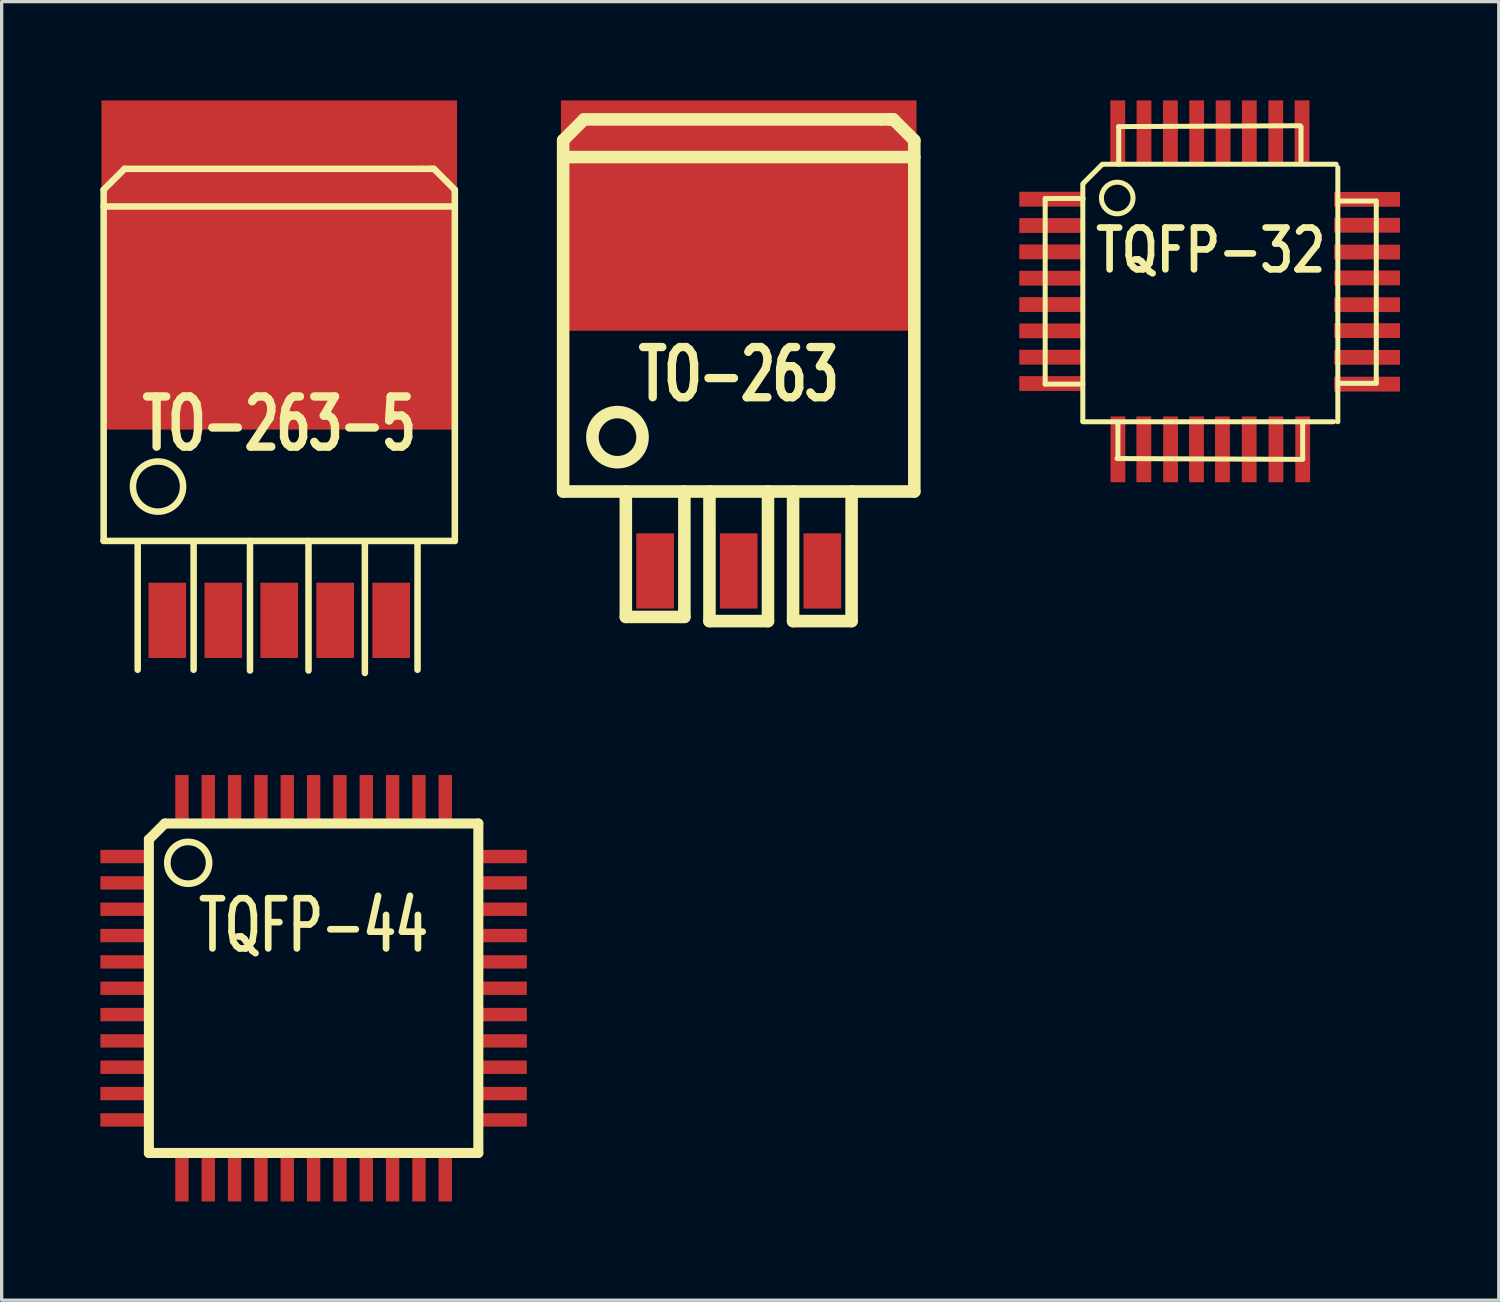
<source format=kicad_pcb>
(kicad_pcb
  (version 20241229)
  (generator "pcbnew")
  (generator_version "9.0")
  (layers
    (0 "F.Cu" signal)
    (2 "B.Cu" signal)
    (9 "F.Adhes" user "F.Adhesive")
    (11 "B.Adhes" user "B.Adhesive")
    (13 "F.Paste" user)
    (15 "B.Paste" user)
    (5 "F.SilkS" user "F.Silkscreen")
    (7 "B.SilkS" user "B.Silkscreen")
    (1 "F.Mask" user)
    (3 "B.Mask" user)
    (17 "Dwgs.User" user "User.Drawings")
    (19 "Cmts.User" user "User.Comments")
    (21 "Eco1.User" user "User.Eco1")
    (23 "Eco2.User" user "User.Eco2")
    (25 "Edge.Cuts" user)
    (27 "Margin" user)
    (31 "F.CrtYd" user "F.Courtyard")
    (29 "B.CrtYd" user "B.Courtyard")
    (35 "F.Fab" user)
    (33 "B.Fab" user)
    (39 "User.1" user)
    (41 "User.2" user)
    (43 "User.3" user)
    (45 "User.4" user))
  (footprint "TO-263-5"
    (layer "F.Cu")
    (at 5.433 15.795)
    (property "Reference" "TO-263-5" (at 0 -5.969 0) (layer "F.SilkS") (effects (font (size 1.524 1.016) (thickness 0.254))))
    (attr smd)
    (fp_line (start -5.334 -13.081) (end -4.699 -13.716) (stroke (width 0.198) (type solid)) (layer "F.SilkS"))
    (fp_line (start -5.334 -2.413) (end -5.334 -13.081) (stroke (width 0.198) (type solid)) (layer "F.SilkS"))
    (fp_line (start -5.334 -2.413) (end 5.334 -2.413) (stroke (width 0.198) (type solid)) (layer "F.SilkS"))
    (fp_line (start -4.699 -13.716) (end 4.318 -13.716) (stroke (width 0.198) (type solid)) (layer "F.SilkS"))
    (fp_line (start -4.3 -2.4) (end -4.3 1.501) (stroke (width 0.198) (type solid)) (layer "F.SilkS"))
    (fp_line (start -2.601 -2.4) (end -2.601 1.501) (stroke (width 0.198) (type solid)) (layer "F.SilkS"))
    (fp_line (start -0.889 -2.413) (end -0.889 1.524) (stroke (width 0.198) (type solid)) (layer "F.SilkS"))
    (fp_line (start 0.889 1.524) (end 0.889 -2.413) (stroke (width 0.198) (type solid)) (layer "F.SilkS"))
    (fp_line (start 2.601 -2.4) (end 2.601 1.6) (stroke (width 0.198) (type solid)) (layer "F.SilkS"))
    (fp_line (start 4.201 -2.4) (end 4.201 1.501) (stroke (width 0.198) (type solid)) (layer "F.SilkS"))
    (fp_line (start 4.318 -13.716) (end 4.572 -13.716) (stroke (width 0.198) (type solid)) (layer "F.SilkS"))
    (fp_line (start 4.572 -13.716) (end 4.699 -13.716) (stroke (width 0.198) (type solid)) (layer "F.SilkS"))
    (fp_line (start 4.699 -13.716) (end 5.334 -13.081) (stroke (width 0.198) (type solid)) (layer "F.SilkS"))
    (fp_line (start 5.334 -13.081) (end 5.334 -2.413) (stroke (width 0.198) (type solid)) (layer "F.SilkS"))
    (fp_line (start 5.334 -12.573) (end -5.334 -12.573) (stroke (width 0.198) (type solid)) (layer "F.SilkS"))
    (fp_circle (center -3.683 -4.064) (end -3.683 -3.302) (stroke (width 0.198) (type solid)) (fill no) (layer "F.SilkS"))
    (pad "1" smd rect (at -3.401 0) (size 1.143 2.286) (layers "F.Cu" "F.Mask" "F.Paste"))
    (pad "2" smd rect (at -1.699 0) (size 1.143 2.286) (layers "F.Cu" "F.Mask" "F.Paste"))
    (pad "3" smd rect (at 0 -10.795) (size 10.8 10) (layers "F.Cu" "F.Mask" "F.Paste"))
    (pad "3" smd rect (at 0 0) (size 1.143 2.286) (layers "F.Cu" "F.Mask" "F.Paste"))
    (pad "4" smd rect (at 1.699 0) (size 1.143 2.286) (layers "F.Cu" "F.Mask" "F.Paste"))
    (pad "5" smd rect (at 3.401 0) (size 1.143 2.286) (layers "F.Cu" "F.Mask" "F.Paste")))
  (footprint "TO-263"
    (layer "F.Cu")
    (at 19.391 14.294)
    (property "Reference" "TO-263" (at 0 -5.969 0) (layer "F.SilkS") (effects (font (size 1.524 1.016) (thickness 0.254))))
    (attr smd)
    (fp_line (start -5.334 -13.081) (end -4.699 -13.716) (stroke (width 0.381) (type solid)) (layer "F.SilkS"))
    (fp_line (start -5.334 -2.413) (end -5.334 -13.081) (stroke (width 0.381) (type solid)) (layer "F.SilkS"))
    (fp_line (start -5.334 -2.413) (end 5.334 -2.413) (stroke (width 0.381) (type solid)) (layer "F.SilkS"))
    (fp_line (start -4.699 -13.716) (end 4.318 -13.716) (stroke (width 0.381) (type solid)) (layer "F.SilkS"))
    (fp_line (start -3.429 -2.413) (end -3.429 1.397) (stroke (width 0.381) (type solid)) (layer "F.SilkS"))
    (fp_line (start -3.429 1.397) (end -1.778 1.397) (stroke (width 0.381) (type solid)) (layer "F.SilkS"))
    (fp_line (start -1.778 1.397) (end -1.651 1.397) (stroke (width 0.381) (type solid)) (layer "F.SilkS"))
    (fp_line (start -1.651 1.397) (end -1.651 -2.413) (stroke (width 0.381) (type solid)) (layer "F.SilkS"))
    (fp_line (start -0.889 -2.413) (end -0.889 1.524) (stroke (width 0.381) (type solid)) (layer "F.SilkS"))
    (fp_line (start -0.889 1.524) (end 0.889 1.524) (stroke (width 0.381) (type solid)) (layer "F.SilkS"))
    (fp_line (start 0.889 1.524) (end 0.889 -2.413) (stroke (width 0.381) (type solid)) (layer "F.SilkS"))
    (fp_line (start 1.651 -2.413) (end 1.651 1.524) (stroke (width 0.381) (type solid)) (layer "F.SilkS"))
    (fp_line (start 1.651 1.524) (end 3.429 1.524) (stroke (width 0.381) (type solid)) (layer "F.SilkS"))
    (fp_line (start 3.429 1.524) (end 3.429 -2.413) (stroke (width 0.381) (type solid)) (layer "F.SilkS"))
    (fp_line (start 4.318 -13.716) (end 4.572 -13.716) (stroke (width 0.381) (type solid)) (layer "F.SilkS"))
    (fp_line (start 4.572 -13.716) (end 4.699 -13.716) (stroke (width 0.381) (type solid)) (layer "F.SilkS"))
    (fp_line (start 4.699 -13.716) (end 5.334 -13.081) (stroke (width 0.381) (type solid)) (layer "F.SilkS"))
    (fp_line (start 5.334 -13.081) (end 5.334 -2.413) (stroke (width 0.381) (type solid)) (layer "F.SilkS"))
    (fp_line (start 5.334 -12.573) (end -5.334 -12.573) (stroke (width 0.381) (type solid)) (layer "F.SilkS"))
    (fp_circle (center -3.683 -4.064) (end -3.683 -3.302) (stroke (width 0.381) (type solid)) (fill no) (layer "F.SilkS"))
    (pad "1" smd rect (at -2.54 0) (size 1.143 2.286) (layers "F.Cu" "F.Mask" "F.Paste"))
    (pad "2" smd rect (at 0 -10.795) (size 10.8 6.998) (layers "F.Cu" "F.Mask" "F.Paste"))
    (pad "2" smd rect (at 0 0) (size 1.143 2.286) (layers "F.Cu" "F.Mask" "F.Paste"))
    (pad "3" smd rect (at 2.54 0) (size 1.143 2.286) (layers "F.Cu" "F.Mask" "F.Paste")))
  (footprint "TQFP-32"
    (layer "F.Cu")
    (at 33.73 5.825)
    (property "Reference" "TQFP-32" (at 0 -1.27 0) (layer "F.SilkS") (effects (font (size 1.27 1.016) (thickness 0.203))))
    (attr through_hole)
    (fp_line (start -5.029 -2.845) (end -5.029 2.794) (stroke (width 0.152) (type solid)) (layer "F.SilkS"))
    (fp_line (start -5.029 2.794) (end -3.886 2.794) (stroke (width 0.152) (type solid)) (layer "F.SilkS"))
    (fp_line (start -5.024 -2.845) (end -3.876 -2.845) (stroke (width 0.152) (type solid)) (layer "F.SilkS"))
    (fp_line (start -3.886 -3.277) (end -3.886 3.912) (stroke (width 0.152) (type solid)) (layer "F.SilkS"))
    (fp_line (start -3.886 3.937) (end 3.734 3.937) (stroke (width 0.152) (type solid)) (layer "F.SilkS"))
    (fp_line (start -3.876 -3.302) (end -3.292 -3.886) (stroke (width 0.152) (type solid)) (layer "F.SilkS"))
    (fp_line (start -3.251 -3.886) (end 3.81 -3.886) (stroke (width 0.152) (type solid)) (layer "F.SilkS"))
    (fp_line (start -2.845 5.055) (end 2.794 5.08) (stroke (width 0.152) (type solid)) (layer "F.SilkS"))
    (fp_line (start -2.819 3.988) (end -2.819 5.055) (stroke (width 0.152) (type solid)) (layer "F.SilkS"))
    (fp_line (start -2.794 -5.029) (end 2.718 -5.055) (stroke (width 0.152) (type solid)) (layer "F.SilkS"))
    (fp_line (start -2.794 -3.886) (end -2.794 -5.034) (stroke (width 0.152) (type solid)) (layer "F.SilkS"))
    (fp_line (start 2.743 -5.029) (end 2.743 -3.988) (stroke (width 0.152) (type solid)) (layer "F.SilkS"))
    (fp_line (start 2.794 3.962) (end 2.794 5.055) (stroke (width 0.152) (type solid)) (layer "F.SilkS"))
    (fp_line (start 3.861 3.937) (end 3.861 -3.785) (stroke (width 0.152) (type solid)) (layer "F.SilkS"))
    (fp_line (start 5.029 -2.769) (end 3.912 -2.769) (stroke (width 0.152) (type solid)) (layer "F.SilkS"))
    (fp_line (start 5.029 2.769) (end 3.886 2.769) (stroke (width 0.152) (type solid)) (layer "F.SilkS"))
    (fp_line (start 5.029 2.769) (end 5.029 -2.769) (stroke (width 0.152) (type solid)) (layer "F.SilkS"))
    (fp_circle (center -2.84 -2.86) (end -2.433 -2.606) (stroke (width 0.152) (type solid)) (fill no) (layer "F.SilkS"))
    (pad "1" smd rect (at -4.816 -2.824) (size 1.999 0.45) (layers "F.Cu" "F.Mask" "F.Paste"))
    (pad "2" smd rect (at -4.816 -2.024) (size 1.999 0.45) (layers "F.Cu" "F.Mask" "F.Paste"))
    (pad "3" smd rect (at -4.816 -1.224) (size 1.999 0.45) (layers "F.Cu" "F.Mask" "F.Paste"))
    (pad "4" smd rect (at -4.816 -0.424) (size 1.999 0.45) (layers "F.Cu" "F.Mask" "F.Paste"))
    (pad "5" smd rect (at -4.816 0.376) (size 1.999 0.45) (layers "F.Cu" "F.Mask" "F.Paste"))
    (pad "6" smd rect (at -4.816 1.176) (size 1.999 0.45) (layers "F.Cu" "F.Mask" "F.Paste"))
    (pad "7" smd rect (at -4.816 1.976) (size 1.999 0.45) (layers "F.Cu" "F.Mask" "F.Paste"))
    (pad "8" smd rect (at -4.816 2.776) (size 1.999 0.45) (layers "F.Cu" "F.Mask" "F.Paste"))
    (pad "9" smd rect (at -2.819 4.775) (size 0.45 1.999) (layers "F.Cu" "F.Mask" "F.Paste"))
    (pad "10" smd rect (at -2.032 4.775) (size 0.45 1.999) (layers "F.Cu" "F.Mask" "F.Paste"))
    (pad "11" smd rect (at -1.219 4.775) (size 0.45 1.999) (layers "F.Cu" "F.Mask" "F.Paste"))
    (pad "12" smd rect (at -0.432 4.775) (size 0.45 1.999) (layers "F.Cu" "F.Mask" "F.Paste"))
    (pad "13" smd rect (at 0.356 4.775) (size 0.45 1.999) (layers "F.Cu" "F.Mask" "F.Paste"))
    (pad "14" smd rect (at 1.168 4.775) (size 0.45 1.999) (layers "F.Cu" "F.Mask" "F.Paste"))
    (pad "15" smd rect (at 1.981 4.775) (size 0.45 1.999) (layers "F.Cu" "F.Mask" "F.Paste"))
    (pad "16" smd rect (at 2.794 4.775) (size 0.45 1.999) (layers "F.Cu" "F.Mask" "F.Paste"))
    (pad "17" smd rect (at 4.75 2.794) (size 1.999 0.45) (layers "F.Cu" "F.Mask" "F.Paste"))
    (pad "18" smd rect (at 4.75 1.981) (size 1.999 0.45) (layers "F.Cu" "F.Mask" "F.Paste"))
    (pad "19" smd rect (at 4.75 1.168) (size 1.999 0.45) (layers "F.Cu" "F.Mask" "F.Paste"))
    (pad "20" smd rect (at 4.75 0.381) (size 1.999 0.45) (layers "F.Cu" "F.Mask" "F.Paste"))
    (pad "21" smd rect (at 4.75 -0.432) (size 1.999 0.45) (layers "F.Cu" "F.Mask" "F.Paste"))
    (pad "22" smd rect (at 4.75 -1.219) (size 1.999 0.45) (layers "F.Cu" "F.Mask" "F.Paste"))
    (pad "23" smd rect (at 4.75 -2.032) (size 1.999 0.45) (layers "F.Cu" "F.Mask" "F.Paste"))
    (pad "24" smd rect (at 4.75 -2.819) (size 1.999 0.45) (layers "F.Cu" "F.Mask" "F.Paste"))
    (pad "25" smd rect (at 2.774 -4.826) (size 0.45 1.999) (layers "F.Cu" "F.Mask" "F.Paste"))
    (pad "26" smd rect (at 1.976 -4.826) (size 0.45 1.999) (layers "F.Cu" "F.Mask" "F.Paste"))
    (pad "27" smd rect (at 1.173 -4.826) (size 0.45 1.999) (layers "F.Cu" "F.Mask" "F.Paste"))
    (pad "28" smd rect (at 0.376 -4.826) (size 0.45 1.999) (layers "F.Cu" "F.Mask" "F.Paste"))
    (pad "29" smd rect (at -0.427 -4.826) (size 0.45 1.999) (layers "F.Cu" "F.Mask" "F.Paste"))
    (pad "30" smd rect (at -1.224 -4.826) (size 0.45 1.999) (layers "F.Cu" "F.Mask" "F.Paste"))
    (pad "31" smd rect (at -2.027 -4.826) (size 0.45 1.999) (layers "F.Cu" "F.Mask" "F.Paste"))
    (pad "32" smd rect (at -2.824 -4.826) (size 0.45 1.999) (layers "F.Cu" "F.Mask" "F.Paste")))
  (footprint "TQFP-44"
    (layer "F.Cu")
    (at 6.477 26.971)
    (property "Reference" "TQFP-44" (at 0 -1.905 0) (layer "F.SilkS") (effects (font (size 1.524 1.016) (thickness 0.203))))
    (attr smd)
    (fp_line (start -5.004 -4.521) (end -5.004 5.004) (stroke (width 0.305) (type solid)) (layer "F.SilkS"))
    (fp_line (start -5.004 -4.521) (end -4.521 -5.004) (stroke (width 0.305) (type solid)) (layer "F.SilkS"))
    (fp_line (start -4.521 -5.004) (end 5.004 -5.004) (stroke (width 0.305) (type solid)) (layer "F.SilkS"))
    (fp_line (start 5.004 -5.004) (end 5.004 5.004) (stroke (width 0.305) (type solid)) (layer "F.SilkS"))
    (fp_line (start 5.004 5.004) (end -5.004 5.004) (stroke (width 0.305) (type solid)) (layer "F.SilkS"))
    (fp_circle (center -3.81 -3.81) (end -3.81 -3.175) (stroke (width 0.203) (type solid)) (fill no) (layer "F.SilkS"))
    (pad "1" smd rect (at -5.715 -4) (size 1.524 0.406) (layers "F.Cu" "F.Mask" "F.Paste"))
    (pad "2" smd rect (at -5.715 -3.2) (size 1.524 0.406) (layers "F.Cu" "F.Mask" "F.Paste"))
    (pad "3" smd rect (at -5.715 -2.4) (size 1.524 0.406) (layers "F.Cu" "F.Mask" "F.Paste"))
    (pad "4" smd rect (at -5.715 -1.6) (size 1.524 0.406) (layers "F.Cu" "F.Mask" "F.Paste"))
    (pad "5" smd rect (at -5.715 -0.8) (size 1.524 0.406) (layers "F.Cu" "F.Mask" "F.Paste"))
    (pad "6" smd rect (at -5.715 0) (size 1.524 0.406) (layers "F.Cu" "F.Mask" "F.Paste"))
    (pad "7" smd rect (at -5.715 0.8) (size 1.524 0.406) (layers "F.Cu" "F.Mask" "F.Paste"))
    (pad "8" smd rect (at -5.715 1.6) (size 1.524 0.406) (layers "F.Cu" "F.Mask" "F.Paste"))
    (pad "9" smd rect (at -5.715 2.4) (size 1.524 0.406) (layers "F.Cu" "F.Mask" "F.Paste"))
    (pad "10" smd rect (at -5.715 3.2) (size 1.524 0.406) (layers "F.Cu" "F.Mask" "F.Paste"))
    (pad "11" smd rect (at -5.715 4) (size 1.524 0.406) (layers "F.Cu" "F.Mask" "F.Paste"))
    (pad "12" smd rect (at -4 5.715) (size 0.406 1.524) (layers "F.Cu" "F.Mask" "F.Paste"))
    (pad "13" smd rect (at -3.2 5.715) (size 0.406 1.524) (layers "F.Cu" "F.Mask" "F.Paste"))
    (pad "14" smd rect (at -2.4 5.715) (size 0.406 1.524) (layers "F.Cu" "F.Mask" "F.Paste"))
    (pad "15" smd rect (at -1.6 5.715) (size 0.406 1.524) (layers "F.Cu" "F.Mask" "F.Paste"))
    (pad "16" smd rect (at -0.8 5.715) (size 0.406 1.524) (layers "F.Cu" "F.Mask" "F.Paste"))
    (pad "17" smd rect (at 0 5.715) (size 0.406 1.524) (layers "F.Cu" "F.Mask" "F.Paste"))
    (pad "18" smd rect (at 0.8 5.715) (size 0.406 1.524) (layers "F.Cu" "F.Mask" "F.Paste"))
    (pad "19" smd rect (at 1.6 5.715) (size 0.406 1.524) (layers "F.Cu" "F.Mask" "F.Paste"))
    (pad "20" smd rect (at 2.4 5.715) (size 0.406 1.524) (layers "F.Cu" "F.Mask" "F.Paste"))
    (pad "21" smd rect (at 3.2 5.715) (size 0.406 1.524) (layers "F.Cu" "F.Mask" "F.Paste"))
    (pad "22" smd rect (at 4 5.715) (size 0.406 1.524) (layers "F.Cu" "F.Mask" "F.Paste"))
    (pad "23" smd rect (at 5.715 4) (size 1.524 0.406) (layers "F.Cu" "F.Mask" "F.Paste"))
    (pad "24" smd rect (at 5.715 3.2) (size 1.524 0.406) (layers "F.Cu" "F.Mask" "F.Paste"))
    (pad "25" smd rect (at 5.715 2.4) (size 1.524 0.406) (layers "F.Cu" "F.Mask" "F.Paste"))
    (pad "26" smd rect (at 5.715 1.6) (size 1.524 0.406) (layers "F.Cu" "F.Mask" "F.Paste"))
    (pad "27" smd rect (at 5.715 0.8) (size 1.524 0.406) (layers "F.Cu" "F.Mask" "F.Paste"))
    (pad "28" smd rect (at 5.715 0) (size 1.524 0.406) (layers "F.Cu" "F.Mask" "F.Paste"))
    (pad "29" smd rect (at 5.715 -0.8) (size 1.524 0.406) (layers "F.Cu" "F.Mask" "F.Paste"))
    (pad "30" smd rect (at 5.715 -1.6) (size 1.524 0.406) (layers "F.Cu" "F.Mask" "F.Paste"))
    (pad "31" smd rect (at 5.715 -2.4) (size 1.524 0.406) (layers "F.Cu" "F.Mask" "F.Paste"))
    (pad "32" smd rect (at 5.715 -3.2) (size 1.524 0.406) (layers "F.Cu" "F.Mask" "F.Paste"))
    (pad "33" smd rect (at 5.715 -4) (size 1.524 0.406) (layers "F.Cu" "F.Mask" "F.Paste"))
    (pad "34" smd rect (at 4 -5.715) (size 0.406 1.524) (layers "F.Cu" "F.Mask" "F.Paste"))
    (pad "35" smd rect (at 3.2 -5.715) (size 0.406 1.524) (layers "F.Cu" "F.Mask" "F.Paste"))
    (pad "36" smd rect (at 2.4 -5.715) (size 0.406 1.524) (layers "F.Cu" "F.Mask" "F.Paste"))
    (pad "37" smd rect (at 1.6 -5.715) (size 0.406 1.524) (layers "F.Cu" "F.Mask" "F.Paste"))
    (pad "38" smd rect (at 0.8 -5.715) (size 0.406 1.524) (layers "F.Cu" "F.Mask" "F.Paste"))
    (pad "39" smd rect (at 0 -5.715) (size 0.406 1.524) (layers "F.Cu" "F.Mask" "F.Paste"))
    (pad "40" smd rect (at -0.8 -5.715) (size 0.406 1.524) (layers "F.Cu" "F.Mask" "F.Paste"))
    (pad "41" smd rect (at -1.6 -5.715) (size 0.406 1.524) (layers "F.Cu" "F.Mask" "F.Paste"))
    (pad "42" smd rect (at -2.4 -5.715) (size 0.406 1.524) (layers "F.Cu" "F.Mask" "F.Paste"))
    (pad "43" smd rect (at -3.2 -5.715) (size 0.406 1.524) (layers "F.Cu" "F.Mask" "F.Paste"))
    (pad "44" smd rect (at -4 -5.715) (size 0.406 1.524) (layers "F.Cu" "F.Mask" "F.Paste")))
  (gr_rect
    (start -3 -3)
    (end 42.48 36.448)
    (stroke (width 0.1) (type default))
    (fill no)
    (layer "Edge.Cuts")))
</source>
